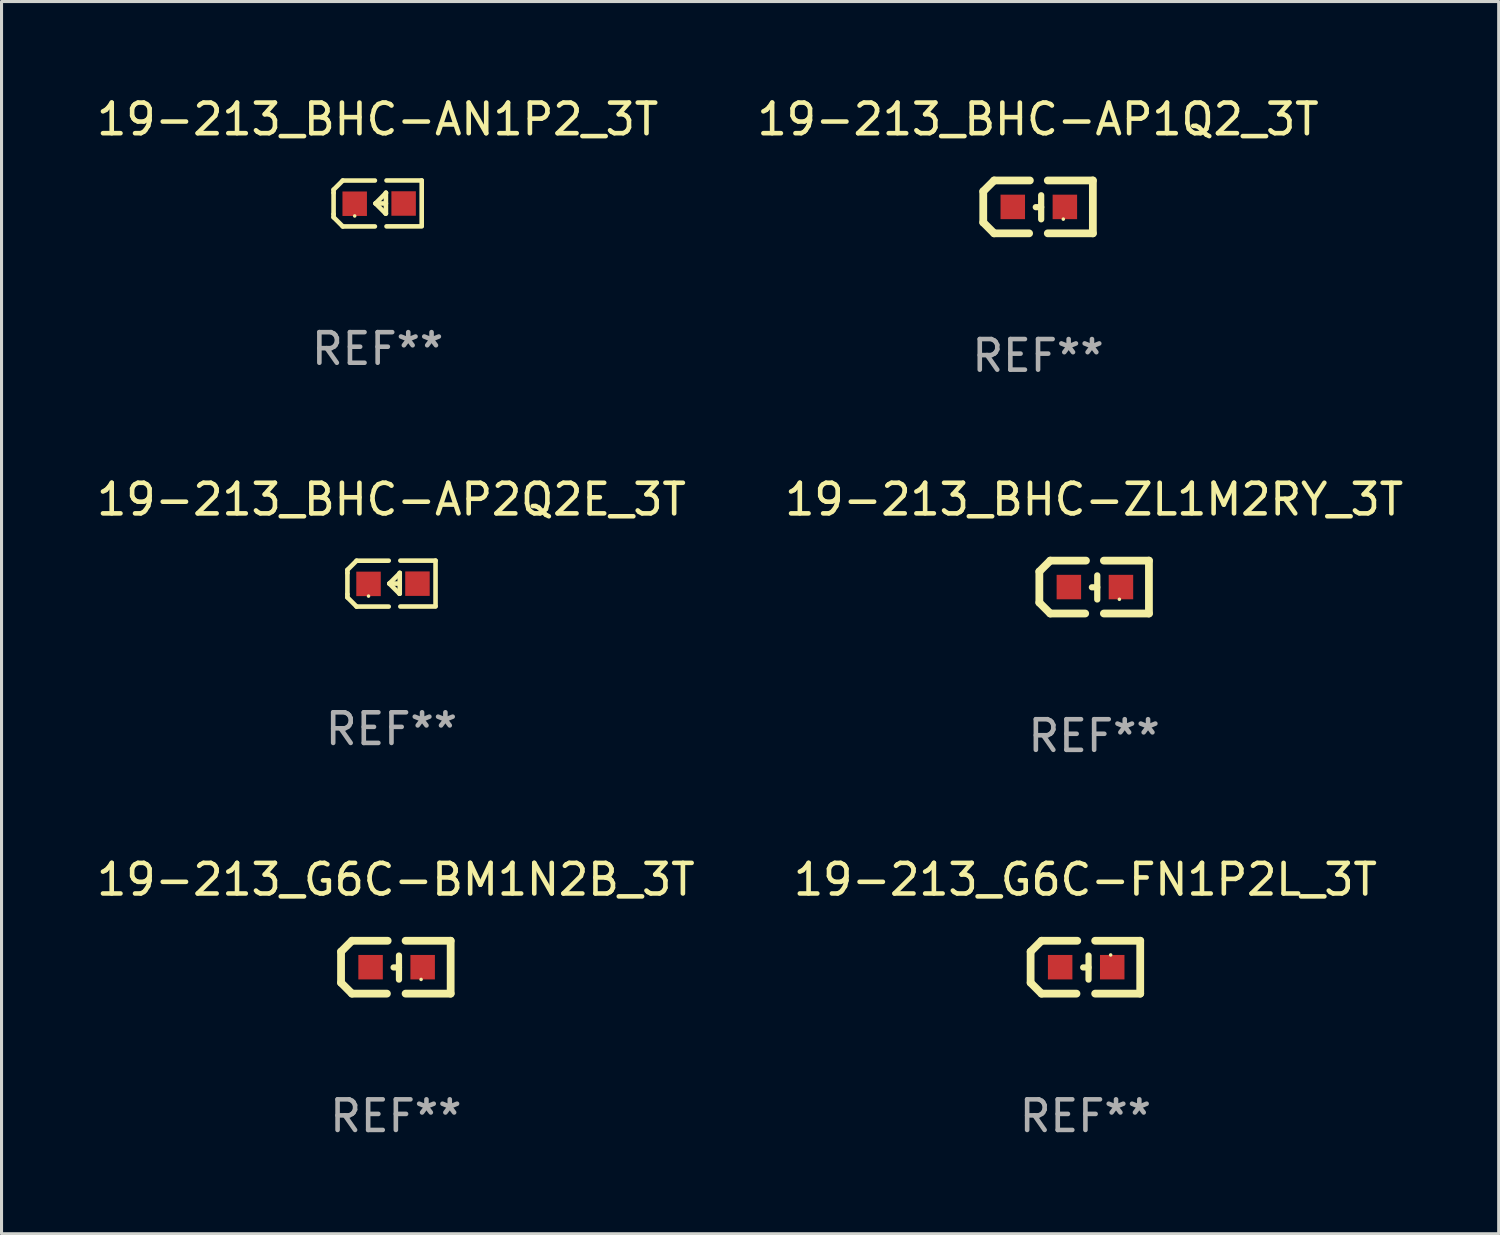
<source format=kicad_pcb>
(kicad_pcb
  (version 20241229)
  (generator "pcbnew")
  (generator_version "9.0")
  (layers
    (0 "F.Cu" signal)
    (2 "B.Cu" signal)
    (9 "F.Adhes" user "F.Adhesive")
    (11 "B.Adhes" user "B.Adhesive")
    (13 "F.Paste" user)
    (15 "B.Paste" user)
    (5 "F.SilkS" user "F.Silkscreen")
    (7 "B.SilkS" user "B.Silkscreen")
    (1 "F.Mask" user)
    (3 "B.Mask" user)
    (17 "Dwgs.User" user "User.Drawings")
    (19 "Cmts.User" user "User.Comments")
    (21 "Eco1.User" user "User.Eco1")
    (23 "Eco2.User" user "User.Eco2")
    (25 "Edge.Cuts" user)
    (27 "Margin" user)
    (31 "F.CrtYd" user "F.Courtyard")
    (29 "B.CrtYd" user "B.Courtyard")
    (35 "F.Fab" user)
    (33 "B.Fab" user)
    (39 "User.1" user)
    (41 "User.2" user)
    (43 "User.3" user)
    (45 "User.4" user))
  (footprint "19-213_G6C-FN1P2L_3T"
    (layer "F.Cu")
    (at 32.423 28.559)
    (property "Reference" "19-213_G6C-FN1P2L_3T" (at 0 -2.864 0) (layer "F.SilkS") (effects (font (size 1 1) (thickness 0.15))))
    (attr through_hole)
    (fp_line (start -1.791 -0.508) (end -1.435 -0.864) (stroke (width 0.254) (type solid)) (layer "F.SilkS"))
    (fp_line (start -1.791 0.508) (end -1.791 -0.508) (stroke (width 0.254) (type solid)) (layer "F.SilkS"))
    (fp_line (start -1.435 0.864) (end -1.791 0.508) (stroke (width 0.254) (type solid)) (layer "F.SilkS"))
    (fp_line (start -0.292 0.864) (end -1.435 0.864) (stroke (width 0.254) (type solid)) (layer "F.SilkS"))
    (fp_line (start -0.267 -0.864) (end -1.435 -0.864) (stroke (width 0.254) (type solid)) (layer "F.SilkS"))
    (fp_line (start 0.102 0.008) (end -0.074 0.008) (stroke (width 0.203) (type solid)) (layer "F.SilkS"))
    (fp_line (start 0.102 0.406) (end 0.102 -0.381) (stroke (width 0.203) (type solid)) (layer "F.SilkS"))
    (fp_line (start 1.791 -0.864) (end 0.318 -0.864) (stroke (width 0.254) (type solid)) (layer "F.SilkS"))
    (fp_line (start 1.791 0.864) (end 0.318 0.864) (stroke (width 0.254) (type solid)) (layer "F.SilkS"))
    (fp_line (start 1.791 0.864) (end 1.791 -0.864) (stroke (width 0.254) (type solid)) (layer "F.SilkS"))
    (fp_circle (center 0.825 -0.4) (end 0.855 -0.4) (stroke (width 0.06) (type solid)) (fill no) (layer "F.SilkS"))
    (fp_text user "REF**" (at 0 4.864 0) (layer "F.Fab") (effects (font (size 1 1) (thickness 0.15))))
    (pad "1" smd rect (at 0.876 0 90) (size 0.8 0.8) (layers "F.Cu" "F.Mask" "F.Paste"))
    (pad "2" smd rect (at -0.826 0 90) (size 0.8 0.8) (layers "F.Cu" "F.Mask" "F.Paste")))
  (footprint "19-213_BHC-AN1P2_3T"
    (layer "F.Cu")
    (at 9.292 3.599)
    (property "Reference" "19-213_BHC-AN1P2_3T" (at 0 -2.751 0) (layer "F.SilkS") (effects (font (size 1 1) (thickness 0.15))))
    (attr through_hole)
    (fp_line (start -1.44 -0.449) (end -1.14 -0.749) (stroke (width 0.15) (type solid)) (layer "F.SilkS"))
    (fp_line (start -1.44 -0.349) (end -1.44 -0.449) (stroke (width 0.15) (type solid)) (layer "F.SilkS"))
    (fp_line (start -1.44 -0.349) (end -1.44 0.351) (stroke (width 0.15) (type solid)) (layer "F.SilkS"))
    (fp_line (start -1.44 0.351) (end -1.44 0.451) (stroke (width 0.15) (type solid)) (layer "F.SilkS"))
    (fp_line (start -1.44 0.451) (end -1.14 0.751) (stroke (width 0.15) (type solid)) (layer "F.SilkS"))
    (fp_line (start -0.09 -0.749) (end -1.14 -0.749) (stroke (width 0.15) (type solid)) (layer "F.SilkS"))
    (fp_line (start -0.09 0.751) (end -1.14 0.751) (stroke (width 0.15) (type solid)) (layer "F.SilkS"))
    (fp_line (start 0.26 0.329) (end -0.07 -0.001) (stroke (width 0.15) (type solid)) (layer "F.SilkS"))
    (fp_line (start 0.27 -0.351) (end 0.27 -0.341) (stroke (width 0.15) (type solid)) (layer "F.SilkS"))
    (fp_line (start 0.27 -0.351) (end 0.27 0.329) (stroke (width 0.15) (type solid)) (layer "F.SilkS"))
    (fp_line (start 0.27 -0.341) (end -0.07 -0.001) (stroke (width 0.15) (type solid)) (layer "F.SilkS"))
    (fp_line (start 0.27 -0.001) (end -0.07 -0.001) (stroke (width 0.15) (type solid)) (layer "F.SilkS"))
    (fp_line (start 0.27 0.329) (end 0.26 0.329) (stroke (width 0.15) (type solid)) (layer "F.SilkS"))
    (fp_line (start 0.29 -0.751) (end 1.44 -0.751) (stroke (width 0.15) (type solid)) (layer "F.SilkS"))
    (fp_line (start 0.29 0.749) (end 1.44 0.749) (stroke (width 0.15) (type solid)) (layer "F.SilkS"))
    (fp_line (start 1.44 -0.751) (end 1.44 0.729) (stroke (width 0.15) (type solid)) (layer "F.SilkS"))
    (fp_circle (center -0.75 0.409) (end -0.72 0.409) (stroke (width 0.06) (type solid)) (fill no) (layer "F.SilkS"))
    (fp_text user "REF**" (at 0 4.751 0) (layer "F.Fab") (effects (font (size 1 1) (thickness 0.15))))
    (pad "1" smd rect (at -0.75 0.009 90) (size 0.8 0.8) (layers "F.Cu" "F.Mask" "F.Paste"))
    (pad "2" smd rect (at 0.849 0.002 90) (size 0.8 0.8) (layers "F.Cu" "F.Mask" "F.Paste")))
  (footprint "19-213_G6C-BM1N2B_3T"
    (layer "F.Cu")
    (at 9.887 28.559)
    (property "Reference" "19-213_G6C-BM1N2B_3T" (at 0 -2.864 0) (layer "F.SilkS") (effects (font (size 1 1) (thickness 0.15))))
    (attr through_hole)
    (fp_line (start -1.791 -0.508) (end -1.435 -0.864) (stroke (width 0.254) (type solid)) (layer "F.SilkS"))
    (fp_line (start -1.791 0.508) (end -1.791 -0.508) (stroke (width 0.254) (type solid)) (layer "F.SilkS"))
    (fp_line (start -1.435 0.864) (end -1.791 0.508) (stroke (width 0.254) (type solid)) (layer "F.SilkS"))
    (fp_line (start -0.292 0.864) (end -1.435 0.864) (stroke (width 0.254) (type solid)) (layer "F.SilkS"))
    (fp_line (start -0.267 -0.864) (end -1.435 -0.864) (stroke (width 0.254) (type solid)) (layer "F.SilkS"))
    (fp_line (start 0.102 0.008) (end -0.074 0.008) (stroke (width 0.203) (type solid)) (layer "F.SilkS"))
    (fp_line (start 0.102 0.406) (end 0.102 -0.381) (stroke (width 0.203) (type solid)) (layer "F.SilkS"))
    (fp_line (start 1.791 -0.864) (end 0.318 -0.864) (stroke (width 0.254) (type solid)) (layer "F.SilkS"))
    (fp_line (start 1.791 0.864) (end 0.318 0.864) (stroke (width 0.254) (type solid)) (layer "F.SilkS"))
    (fp_line (start 1.791 0.864) (end 1.791 -0.864) (stroke (width 0.254) (type solid)) (layer "F.SilkS"))
    (fp_circle (center 0.825 0.4) (end 0.855 0.4) (stroke (width 0.06) (type solid)) (fill no) (layer "F.SilkS"))
    (fp_text user "REF**" (at 0 4.864 0) (layer "F.Fab") (effects (font (size 1 1) (thickness 0.15))))
    (pad "1" smd rect (at 0.876 0 90) (size 0.8 0.8) (layers "F.Cu" "F.Mask" "F.Paste"))
    (pad "2" smd rect (at -0.826 0 90) (size 0.8 0.8) (layers "F.Cu" "F.Mask" "F.Paste")))
  (footprint "19-213_BHC-ZL1M2RY_3T"
    (layer "F.Cu")
    (at 32.708 16.136)
    (property "Reference" "19-213_BHC-ZL1M2RY_3T" (at 0 -2.864 0) (layer "F.SilkS") (effects (font (size 1 1) (thickness 0.15))))
    (attr through_hole)
    (fp_line (start -1.791 -0.508) (end -1.435 -0.864) (stroke (width 0.254) (type solid)) (layer "F.SilkS"))
    (fp_line (start -1.791 0.508) (end -1.791 -0.508) (stroke (width 0.254) (type solid)) (layer "F.SilkS"))
    (fp_line (start -1.435 0.864) (end -1.791 0.508) (stroke (width 0.254) (type solid)) (layer "F.SilkS"))
    (fp_line (start -0.292 0.864) (end -1.435 0.864) (stroke (width 0.254) (type solid)) (layer "F.SilkS"))
    (fp_line (start -0.267 -0.864) (end -1.435 -0.864) (stroke (width 0.254) (type solid)) (layer "F.SilkS"))
    (fp_line (start 0.102 0.008) (end -0.074 0.008) (stroke (width 0.203) (type solid)) (layer "F.SilkS"))
    (fp_line (start 0.102 0.406) (end 0.102 -0.381) (stroke (width 0.203) (type solid)) (layer "F.SilkS"))
    (fp_line (start 1.791 -0.864) (end 0.318 -0.864) (stroke (width 0.254) (type solid)) (layer "F.SilkS"))
    (fp_line (start 1.791 0.864) (end 0.318 0.864) (stroke (width 0.254) (type solid)) (layer "F.SilkS"))
    (fp_line (start 1.791 0.864) (end 1.791 -0.864) (stroke (width 0.254) (type solid)) (layer "F.SilkS"))
    (fp_circle (center 0.825 0.4) (end 0.855 0.4) (stroke (width 0.06) (type solid)) (fill no) (layer "F.SilkS"))
    (fp_text user "REF**" (at 0 4.864 0) (layer "F.Fab") (effects (font (size 1 1) (thickness 0.15))))
    (pad "1" smd rect (at 0.876 0 90) (size 0.8 0.8) (layers "F.Cu" "F.Mask" "F.Paste"))
    (pad "2" smd rect (at -0.826 0 90) (size 0.8 0.8) (layers "F.Cu" "F.Mask" "F.Paste")))
  (footprint "19-213_BHC-AP1Q2_3T"
    (layer "F.Cu")
    (at 30.875 3.712)
    (property "Reference" "19-213_BHC-AP1Q2_3T" (at 0 -2.864 0) (layer "F.SilkS") (effects (font (size 1 1) (thickness 0.15))))
    (attr through_hole)
    (fp_line (start -1.791 -0.508) (end -1.435 -0.864) (stroke (width 0.254) (type solid)) (layer "F.SilkS"))
    (fp_line (start -1.791 0.508) (end -1.791 -0.508) (stroke (width 0.254) (type solid)) (layer "F.SilkS"))
    (fp_line (start -1.435 0.864) (end -1.791 0.508) (stroke (width 0.254) (type solid)) (layer "F.SilkS"))
    (fp_line (start -0.292 0.864) (end -1.435 0.864) (stroke (width 0.254) (type solid)) (layer "F.SilkS"))
    (fp_line (start -0.267 -0.864) (end -1.435 -0.864) (stroke (width 0.254) (type solid)) (layer "F.SilkS"))
    (fp_line (start 0.102 0.008) (end -0.074 0.008) (stroke (width 0.203) (type solid)) (layer "F.SilkS"))
    (fp_line (start 0.102 0.406) (end 0.102 -0.381) (stroke (width 0.203) (type solid)) (layer "F.SilkS"))
    (fp_line (start 1.791 -0.864) (end 0.318 -0.864) (stroke (width 0.254) (type solid)) (layer "F.SilkS"))
    (fp_line (start 1.791 0.864) (end 0.318 0.864) (stroke (width 0.254) (type solid)) (layer "F.SilkS"))
    (fp_line (start 1.791 0.864) (end 1.791 -0.864) (stroke (width 0.254) (type solid)) (layer "F.SilkS"))
    (fp_circle (center 0.825 0.4) (end 0.855 0.4) (stroke (width 0.06) (type solid)) (fill no) (layer "F.SilkS"))
    (fp_text user "REF**" (at 0 4.864 0) (layer "F.Fab") (effects (font (size 1 1) (thickness 0.15))))
    (pad "1" smd rect (at 0.876 0 90) (size 0.8 0.8) (layers "F.Cu" "F.Mask" "F.Paste"))
    (pad "2" smd rect (at -0.826 0 90) (size 0.8 0.8) (layers "F.Cu" "F.Mask" "F.Paste")))
  (footprint "19-213_BHC-AP2Q2E_3T"
    (layer "F.Cu")
    (at 9.744 16.023)
    (property "Reference" "19-213_BHC-AP2Q2E_3T" (at 0 -2.751 0) (layer "F.SilkS") (effects (font (size 1 1) (thickness 0.15))))
    (attr through_hole)
    (fp_line (start -1.44 -0.449) (end -1.14 -0.749) (stroke (width 0.15) (type solid)) (layer "F.SilkS"))
    (fp_line (start -1.44 -0.349) (end -1.44 -0.449) (stroke (width 0.15) (type solid)) (layer "F.SilkS"))
    (fp_line (start -1.44 -0.349) (end -1.44 0.351) (stroke (width 0.15) (type solid)) (layer "F.SilkS"))
    (fp_line (start -1.44 0.351) (end -1.44 0.451) (stroke (width 0.15) (type solid)) (layer "F.SilkS"))
    (fp_line (start -1.44 0.451) (end -1.14 0.751) (stroke (width 0.15) (type solid)) (layer "F.SilkS"))
    (fp_line (start -0.09 -0.749) (end -1.14 -0.749) (stroke (width 0.15) (type solid)) (layer "F.SilkS"))
    (fp_line (start -0.09 0.751) (end -1.14 0.751) (stroke (width 0.15) (type solid)) (layer "F.SilkS"))
    (fp_line (start 0.26 0.329) (end -0.07 -0.001) (stroke (width 0.15) (type solid)) (layer "F.SilkS"))
    (fp_line (start 0.27 -0.351) (end 0.27 -0.341) (stroke (width 0.15) (type solid)) (layer "F.SilkS"))
    (fp_line (start 0.27 -0.351) (end 0.27 0.329) (stroke (width 0.15) (type solid)) (layer "F.SilkS"))
    (fp_line (start 0.27 -0.341) (end -0.07 -0.001) (stroke (width 0.15) (type solid)) (layer "F.SilkS"))
    (fp_line (start 0.27 -0.001) (end -0.07 -0.001) (stroke (width 0.15) (type solid)) (layer "F.SilkS"))
    (fp_line (start 0.27 0.329) (end 0.26 0.329) (stroke (width 0.15) (type solid)) (layer "F.SilkS"))
    (fp_line (start 0.29 -0.751) (end 1.44 -0.751) (stroke (width 0.15) (type solid)) (layer "F.SilkS"))
    (fp_line (start 0.29 0.749) (end 1.44 0.749) (stroke (width 0.15) (type solid)) (layer "F.SilkS"))
    (fp_line (start 1.44 -0.751) (end 1.44 0.729) (stroke (width 0.15) (type solid)) (layer "F.SilkS"))
    (fp_circle (center -0.75 0.409) (end -0.72 0.409) (stroke (width 0.06) (type solid)) (fill no) (layer "F.SilkS"))
    (fp_text user "REF**" (at 0 4.751 0) (layer "F.Fab") (effects (font (size 1 1) (thickness 0.15))))
    (pad "1" smd rect (at -0.75 0.009 90) (size 0.8 0.8) (layers "F.Cu" "F.Mask" "F.Paste"))
    (pad "2" smd rect (at 0.849 0.002 90) (size 0.8 0.8) (layers "F.Cu" "F.Mask" "F.Paste")))
  (gr_rect
    (start -3 -3)
    (end 45.929 37.271)
    (stroke (width 0.1) (type default))
    (fill no)
    (layer "Edge.Cuts")))
</source>
